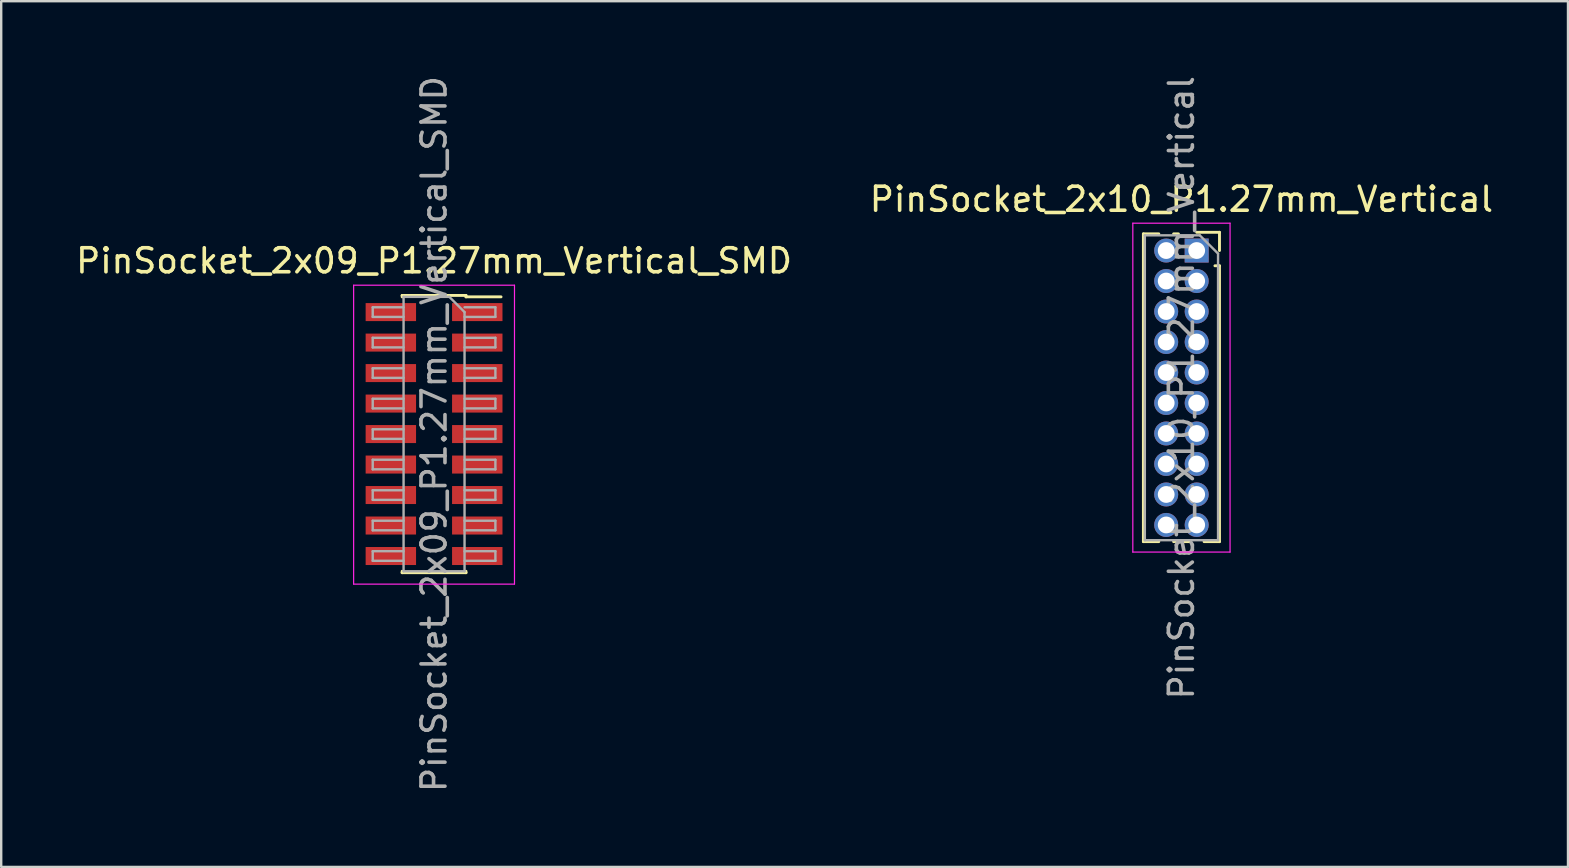
<source format=kicad_pcb>
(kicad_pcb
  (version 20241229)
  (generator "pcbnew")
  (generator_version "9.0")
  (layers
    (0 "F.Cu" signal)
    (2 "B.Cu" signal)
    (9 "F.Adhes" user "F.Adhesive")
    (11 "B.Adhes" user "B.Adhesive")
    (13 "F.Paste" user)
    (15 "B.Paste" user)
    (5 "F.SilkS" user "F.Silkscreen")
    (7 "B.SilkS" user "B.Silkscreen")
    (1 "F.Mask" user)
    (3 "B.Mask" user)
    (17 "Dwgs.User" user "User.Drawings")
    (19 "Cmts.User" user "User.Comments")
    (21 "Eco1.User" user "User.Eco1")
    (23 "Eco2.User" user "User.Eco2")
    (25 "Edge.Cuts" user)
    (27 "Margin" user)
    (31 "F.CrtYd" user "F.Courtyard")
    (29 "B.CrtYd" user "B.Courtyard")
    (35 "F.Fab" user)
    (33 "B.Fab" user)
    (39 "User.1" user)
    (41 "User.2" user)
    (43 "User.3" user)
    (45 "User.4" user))
  (footprint "PinSocket_2x10_P1.27mm_Vertical"
    (layer "F.Cu")
    (at 46.796 7.386)
    (property "Reference" "PinSocket_2x10_P1.27mm_Vertical" (at -0.635 -2.135 0) (layer "F.SilkS") (effects (font (size 1 1) (thickness 0.15))))
    (attr through_hole)
    (fp_line (start -2.22 -0.695) (end -2.22 12.125) (stroke (width 0.12) (type solid)) (layer "F.SilkS"))
    (fp_line (start -2.22 -0.695) (end -1.578 -0.695) (stroke (width 0.12) (type solid)) (layer "F.SilkS"))
    (fp_line (start -2.22 12.125) (end -1.578 12.125) (stroke (width 0.12) (type solid)) (layer "F.SilkS"))
    (fp_line (start -0.962 -0.695) (end -0.76 -0.695) (stroke (width 0.12) (type solid)) (layer "F.SilkS"))
    (fp_line (start -0.962 12.125) (end -0.308 12.125) (stroke (width 0.12) (type solid)) (layer "F.SilkS"))
    (fp_line (start 0 -0.76) (end 0.95 -0.76) (stroke (width 0.12) (type solid)) (layer "F.SilkS"))
    (fp_line (start 0.308 12.125) (end 0.95 12.125) (stroke (width 0.12) (type solid)) (layer "F.SilkS"))
    (fp_line (start 0.76 0.635) (end 0.95 0.635) (stroke (width 0.12) (type solid)) (layer "F.SilkS"))
    (fp_line (start 0.95 -0.76) (end 0.95 0) (stroke (width 0.12) (type solid)) (layer "F.SilkS"))
    (fp_line (start 0.95 0.635) (end 0.95 12.125) (stroke (width 0.12) (type solid)) (layer "F.SilkS"))
    (fp_line (start -2.66 -1.14) (end 1.39 -1.14) (stroke (width 0.05) (type solid)) (layer "F.CrtYd"))
    (fp_line (start -2.66 12.56) (end -2.66 -1.14) (stroke (width 0.05) (type solid)) (layer "F.CrtYd"))
    (fp_line (start 1.39 -1.14) (end 1.39 12.56) (stroke (width 0.05) (type solid)) (layer "F.CrtYd"))
    (fp_line (start 1.39 12.56) (end -2.66 12.56) (stroke (width 0.05) (type solid)) (layer "F.CrtYd"))
    (fp_line (start -2.16 -0.635) (end 0.128 -0.635) (stroke (width 0.1) (type solid)) (layer "F.Fab"))
    (fp_line (start -2.16 12.065) (end -2.16 -0.635) (stroke (width 0.1) (type solid)) (layer "F.Fab"))
    (fp_line (start 0.128 -0.635) (end 0.89 0.127) (stroke (width 0.1) (type solid)) (layer "F.Fab"))
    (fp_line (start 0.89 0.127) (end 0.89 12.065) (stroke (width 0.1) (type solid)) (layer "F.Fab"))
    (fp_line (start 0.89 12.065) (end -2.16 12.065) (stroke (width 0.1) (type solid)) (layer "F.Fab"))
    (fp_text user "${REFERENCE}" (at -0.635 5.715 90) (layer "F.Fab") (effects (font (size 1 1) (thickness 0.15))))
    (pad "1" thru_hole rect (at 0 0) (size 1 1) (drill 0.7) (layers "*.Cu" "*.Mask"))
    (pad "2" thru_hole circle (at -1.27 0) (size 1 1) (drill 0.7) (layers "*.Cu" "*.Mask"))
    (pad "3" thru_hole circle (at 0 1.27) (size 1 1) (drill 0.7) (layers "*.Cu" "*.Mask"))
    (pad "4" thru_hole circle (at -1.27 1.27) (size 1 1) (drill 0.7) (layers "*.Cu" "*.Mask"))
    (pad "5" thru_hole circle (at 0 2.54) (size 1 1) (drill 0.7) (layers "*.Cu" "*.Mask"))
    (pad "6" thru_hole circle (at -1.27 2.54) (size 1 1) (drill 0.7) (layers "*.Cu" "*.Mask"))
    (pad "7" thru_hole circle (at 0 3.81) (size 1 1) (drill 0.7) (layers "*.Cu" "*.Mask"))
    (pad "8" thru_hole circle (at -1.27 3.81) (size 1 1) (drill 0.7) (layers "*.Cu" "*.Mask"))
    (pad "9" thru_hole circle (at 0 5.08) (size 1 1) (drill 0.7) (layers "*.Cu" "*.Mask"))
    (pad "10" thru_hole circle (at -1.27 5.08) (size 1 1) (drill 0.7) (layers "*.Cu" "*.Mask"))
    (pad "11" thru_hole circle (at 0 6.35) (size 1 1) (drill 0.7) (layers "*.Cu" "*.Mask"))
    (pad "12" thru_hole circle (at -1.27 6.35) (size 1 1) (drill 0.7) (layers "*.Cu" "*.Mask"))
    (pad "13" thru_hole circle (at 0 7.62) (size 1 1) (drill 0.7) (layers "*.Cu" "*.Mask"))
    (pad "14" thru_hole circle (at -1.27 7.62) (size 1 1) (drill 0.7) (layers "*.Cu" "*.Mask"))
    (pad "15" thru_hole circle (at 0 8.89) (size 1 1) (drill 0.7) (layers "*.Cu" "*.Mask"))
    (pad "16" thru_hole circle (at -1.27 8.89) (size 1 1) (drill 0.7) (layers "*.Cu" "*.Mask"))
    (pad "17" thru_hole circle (at 0 10.16) (size 1 1) (drill 0.7) (layers "*.Cu" "*.Mask"))
    (pad "18" thru_hole circle (at -1.27 10.16) (size 1 1) (drill 0.7) (layers "*.Cu" "*.Mask"))
    (pad "19" thru_hole circle (at 0 11.43) (size 1 1) (drill 0.7) (layers "*.Cu" "*.Mask"))
    (pad "20" thru_hole circle (at -1.27 11.43) (size 1 1) (drill 0.7) (layers "*.Cu" "*.Mask")))
  (footprint "PinSocket_2x09_P1.27mm_Vertical_SMD"
    (layer "F.Cu")
    (at 15.03 15.03)
    (property "Reference" "PinSocket_2x09_P1.27mm_Vertical_SMD" (at 0 -7.215 0) (layer "F.SilkS") (effects (font (size 1 1) (thickness 0.15))))
    (attr smd)
    (fp_line (start -1.33 -5.775) (end -1.33 -5.715) (stroke (width 0.12) (type solid)) (layer "F.SilkS"))
    (fp_line (start -1.33 -5.775) (end 1.33 -5.775) (stroke (width 0.12) (type solid)) (layer "F.SilkS"))
    (fp_line (start -1.33 5.715) (end -1.33 5.775) (stroke (width 0.12) (type solid)) (layer "F.SilkS"))
    (fp_line (start -1.33 5.775) (end 1.33 5.775) (stroke (width 0.12) (type solid)) (layer "F.SilkS"))
    (fp_line (start 1.33 -5.775) (end 1.33 -5.715) (stroke (width 0.12) (type solid)) (layer "F.SilkS"))
    (fp_line (start 1.33 -5.715) (end 2.79 -5.715) (stroke (width 0.12) (type solid)) (layer "F.SilkS"))
    (fp_line (start 1.33 5.715) (end 1.33 5.775) (stroke (width 0.12) (type solid)) (layer "F.SilkS"))
    (fp_line (start -3.35 -6.2) (end 3.35 -6.2) (stroke (width 0.05) (type solid)) (layer "F.CrtYd"))
    (fp_line (start -3.35 6.25) (end -3.35 -6.2) (stroke (width 0.05) (type solid)) (layer "F.CrtYd"))
    (fp_line (start 3.35 -6.2) (end 3.35 6.25) (stroke (width 0.05) (type solid)) (layer "F.CrtYd"))
    (fp_line (start 3.35 6.25) (end -3.35 6.25) (stroke (width 0.05) (type solid)) (layer "F.CrtYd"))
    (fp_line (start -2.555 -5.28) (end -1.27 -5.28) (stroke (width 0.1) (type solid)) (layer "F.Fab"))
    (fp_line (start -2.555 -4.88) (end -2.555 -5.28) (stroke (width 0.1) (type solid)) (layer "F.Fab"))
    (fp_line (start -2.555 -4.01) (end -1.27 -4.01) (stroke (width 0.1) (type solid)) (layer "F.Fab"))
    (fp_line (start -2.555 -3.61) (end -2.555 -4.01) (stroke (width 0.1) (type solid)) (layer "F.Fab"))
    (fp_line (start -2.555 -2.74) (end -1.27 -2.74) (stroke (width 0.1) (type solid)) (layer "F.Fab"))
    (fp_line (start -2.555 -2.34) (end -2.555 -2.74) (stroke (width 0.1) (type solid)) (layer "F.Fab"))
    (fp_line (start -2.555 -1.47) (end -1.27 -1.47) (stroke (width 0.1) (type solid)) (layer "F.Fab"))
    (fp_line (start -2.555 -1.07) (end -2.555 -1.47) (stroke (width 0.1) (type solid)) (layer "F.Fab"))
    (fp_line (start -2.555 -0.2) (end -1.27 -0.2) (stroke (width 0.1) (type solid)) (layer "F.Fab"))
    (fp_line (start -2.555 0.2) (end -2.555 -0.2) (stroke (width 0.1) (type solid)) (layer "F.Fab"))
    (fp_line (start -2.555 1.07) (end -1.27 1.07) (stroke (width 0.1) (type solid)) (layer "F.Fab"))
    (fp_line (start -2.555 1.47) (end -2.555 1.07) (stroke (width 0.1) (type solid)) (layer "F.Fab"))
    (fp_line (start -2.555 2.34) (end -1.27 2.34) (stroke (width 0.1) (type solid)) (layer "F.Fab"))
    (fp_line (start -2.555 2.74) (end -2.555 2.34) (stroke (width 0.1) (type solid)) (layer "F.Fab"))
    (fp_line (start -2.555 3.61) (end -1.27 3.61) (stroke (width 0.1) (type solid)) (layer "F.Fab"))
    (fp_line (start -2.555 4.01) (end -2.555 3.61) (stroke (width 0.1) (type solid)) (layer "F.Fab"))
    (fp_line (start -2.555 4.88) (end -1.27 4.88) (stroke (width 0.1) (type solid)) (layer "F.Fab"))
    (fp_line (start -2.555 5.28) (end -2.555 4.88) (stroke (width 0.1) (type solid)) (layer "F.Fab"))
    (fp_line (start -1.27 -5.715) (end 0.635 -5.715) (stroke (width 0.1) (type solid)) (layer "F.Fab"))
    (fp_line (start -1.27 -4.88) (end -2.555 -4.88) (stroke (width 0.1) (type solid)) (layer "F.Fab"))
    (fp_line (start -1.27 -3.61) (end -2.555 -3.61) (stroke (width 0.1) (type solid)) (layer "F.Fab"))
    (fp_line (start -1.27 -2.34) (end -2.555 -2.34) (stroke (width 0.1) (type solid)) (layer "F.Fab"))
    (fp_line (start -1.27 -1.07) (end -2.555 -1.07) (stroke (width 0.1) (type solid)) (layer "F.Fab"))
    (fp_line (start -1.27 0.2) (end -2.555 0.2) (stroke (width 0.1) (type solid)) (layer "F.Fab"))
    (fp_line (start -1.27 1.47) (end -2.555 1.47) (stroke (width 0.1) (type solid)) (layer "F.Fab"))
    (fp_line (start -1.27 2.74) (end -2.555 2.74) (stroke (width 0.1) (type solid)) (layer "F.Fab"))
    (fp_line (start -1.27 4.01) (end -2.555 4.01) (stroke (width 0.1) (type solid)) (layer "F.Fab"))
    (fp_line (start -1.27 5.28) (end -2.555 5.28) (stroke (width 0.1) (type solid)) (layer "F.Fab"))
    (fp_line (start -1.27 5.715) (end -1.27 -5.715) (stroke (width 0.1) (type solid)) (layer "F.Fab"))
    (fp_line (start 0.635 -5.715) (end 1.27 -5.08) (stroke (width 0.1) (type solid)) (layer "F.Fab"))
    (fp_line (start 1.27 -5.28) (end 2.555 -5.28) (stroke (width 0.1) (type solid)) (layer "F.Fab"))
    (fp_line (start 1.27 -5.08) (end 1.27 5.715) (stroke (width 0.1) (type solid)) (layer "F.Fab"))
    (fp_line (start 1.27 -4.01) (end 2.555 -4.01) (stroke (width 0.1) (type solid)) (layer "F.Fab"))
    (fp_line (start 1.27 -2.74) (end 2.555 -2.74) (stroke (width 0.1) (type solid)) (layer "F.Fab"))
    (fp_line (start 1.27 -1.47) (end 2.555 -1.47) (stroke (width 0.1) (type solid)) (layer "F.Fab"))
    (fp_line (start 1.27 -0.2) (end 2.555 -0.2) (stroke (width 0.1) (type solid)) (layer "F.Fab"))
    (fp_line (start 1.27 1.07) (end 2.555 1.07) (stroke (width 0.1) (type solid)) (layer "F.Fab"))
    (fp_line (start 1.27 2.34) (end 2.555 2.34) (stroke (width 0.1) (type solid)) (layer "F.Fab"))
    (fp_line (start 1.27 3.61) (end 2.555 3.61) (stroke (width 0.1) (type solid)) (layer "F.Fab"))
    (fp_line (start 1.27 4.88) (end 2.555 4.88) (stroke (width 0.1) (type solid)) (layer "F.Fab"))
    (fp_line (start 1.27 5.715) (end -1.27 5.715) (stroke (width 0.1) (type solid)) (layer "F.Fab"))
    (fp_line (start 2.555 -5.28) (end 2.555 -4.88) (stroke (width 0.1) (type solid)) (layer "F.Fab"))
    (fp_line (start 2.555 -4.88) (end 1.27 -4.88) (stroke (width 0.1) (type solid)) (layer "F.Fab"))
    (fp_line (start 2.555 -4.01) (end 2.555 -3.61) (stroke (width 0.1) (type solid)) (layer "F.Fab"))
    (fp_line (start 2.555 -3.61) (end 1.27 -3.61) (stroke (width 0.1) (type solid)) (layer "F.Fab"))
    (fp_line (start 2.555 -2.74) (end 2.555 -2.34) (stroke (width 0.1) (type solid)) (layer "F.Fab"))
    (fp_line (start 2.555 -2.34) (end 1.27 -2.34) (stroke (width 0.1) (type solid)) (layer "F.Fab"))
    (fp_line (start 2.555 -1.47) (end 2.555 -1.07) (stroke (width 0.1) (type solid)) (layer "F.Fab"))
    (fp_line (start 2.555 -1.07) (end 1.27 -1.07) (stroke (width 0.1) (type solid)) (layer "F.Fab"))
    (fp_line (start 2.555 -0.2) (end 2.555 0.2) (stroke (width 0.1) (type solid)) (layer "F.Fab"))
    (fp_line (start 2.555 0.2) (end 1.27 0.2) (stroke (width 0.1) (type solid)) (layer "F.Fab"))
    (fp_line (start 2.555 1.07) (end 2.555 1.47) (stroke (width 0.1) (type solid)) (layer "F.Fab"))
    (fp_line (start 2.555 1.47) (end 1.27 1.47) (stroke (width 0.1) (type solid)) (layer "F.Fab"))
    (fp_line (start 2.555 2.34) (end 2.555 2.74) (stroke (width 0.1) (type solid)) (layer "F.Fab"))
    (fp_line (start 2.555 2.74) (end 1.27 2.74) (stroke (width 0.1) (type solid)) (layer "F.Fab"))
    (fp_line (start 2.555 3.61) (end 2.555 4.01) (stroke (width 0.1) (type solid)) (layer "F.Fab"))
    (fp_line (start 2.555 4.01) (end 1.27 4.01) (stroke (width 0.1) (type solid)) (layer "F.Fab"))
    (fp_line (start 2.555 4.88) (end 2.555 5.28) (stroke (width 0.1) (type solid)) (layer "F.Fab"))
    (fp_line (start 2.555 5.28) (end 1.27 5.28) (stroke (width 0.1) (type solid)) (layer "F.Fab"))
    (fp_text user "${REFERENCE}" (at 0 0 90) (layer "F.Fab") (effects (font (size 1 1) (thickness 0.15))))
    (pad "1" smd rect (at 1.8 -5.08) (size 2.1 0.75) (layers "F.Cu" "F.Mask" "F.Paste"))
    (pad "2" smd rect (at -1.8 -5.08) (size 2.1 0.75) (layers "F.Cu" "F.Mask" "F.Paste"))
    (pad "3" smd rect (at 1.8 -3.81) (size 2.1 0.75) (layers "F.Cu" "F.Mask" "F.Paste"))
    (pad "4" smd rect (at -1.8 -3.81) (size 2.1 0.75) (layers "F.Cu" "F.Mask" "F.Paste"))
    (pad "5" smd rect (at 1.8 -2.54) (size 2.1 0.75) (layers "F.Cu" "F.Mask" "F.Paste"))
    (pad "6" smd rect (at -1.8 -2.54) (size 2.1 0.75) (layers "F.Cu" "F.Mask" "F.Paste"))
    (pad "7" smd rect (at 1.8 -1.27) (size 2.1 0.75) (layers "F.Cu" "F.Mask" "F.Paste"))
    (pad "8" smd rect (at -1.8 -1.27) (size 2.1 0.75) (layers "F.Cu" "F.Mask" "F.Paste"))
    (pad "9" smd rect (at 1.8 0) (size 2.1 0.75) (layers "F.Cu" "F.Mask" "F.Paste"))
    (pad "10" smd rect (at -1.8 0) (size 2.1 0.75) (layers "F.Cu" "F.Mask" "F.Paste"))
    (pad "11" smd rect (at 1.8 1.27) (size 2.1 0.75) (layers "F.Cu" "F.Mask" "F.Paste"))
    (pad "12" smd rect (at -1.8 1.27) (size 2.1 0.75) (layers "F.Cu" "F.Mask" "F.Paste"))
    (pad "13" smd rect (at 1.8 2.54) (size 2.1 0.75) (layers "F.Cu" "F.Mask" "F.Paste"))
    (pad "14" smd rect (at -1.8 2.54) (size 2.1 0.75) (layers "F.Cu" "F.Mask" "F.Paste"))
    (pad "15" smd rect (at 1.8 3.81) (size 2.1 0.75) (layers "F.Cu" "F.Mask" "F.Paste"))
    (pad "16" smd rect (at -1.8 3.81) (size 2.1 0.75) (layers "F.Cu" "F.Mask" "F.Paste"))
    (pad "17" smd rect (at 1.8 5.08) (size 2.1 0.75) (layers "F.Cu" "F.Mask" "F.Paste"))
    (pad "18" smd rect (at -1.8 5.08) (size 2.1 0.75) (layers "F.Cu" "F.Mask" "F.Paste")))
  (gr_rect
    (start -3 -3)
    (end 62.262 33.06)
    (stroke (width 0.1) (type default))
    (fill no)
    (layer "Edge.Cuts")))
</source>
